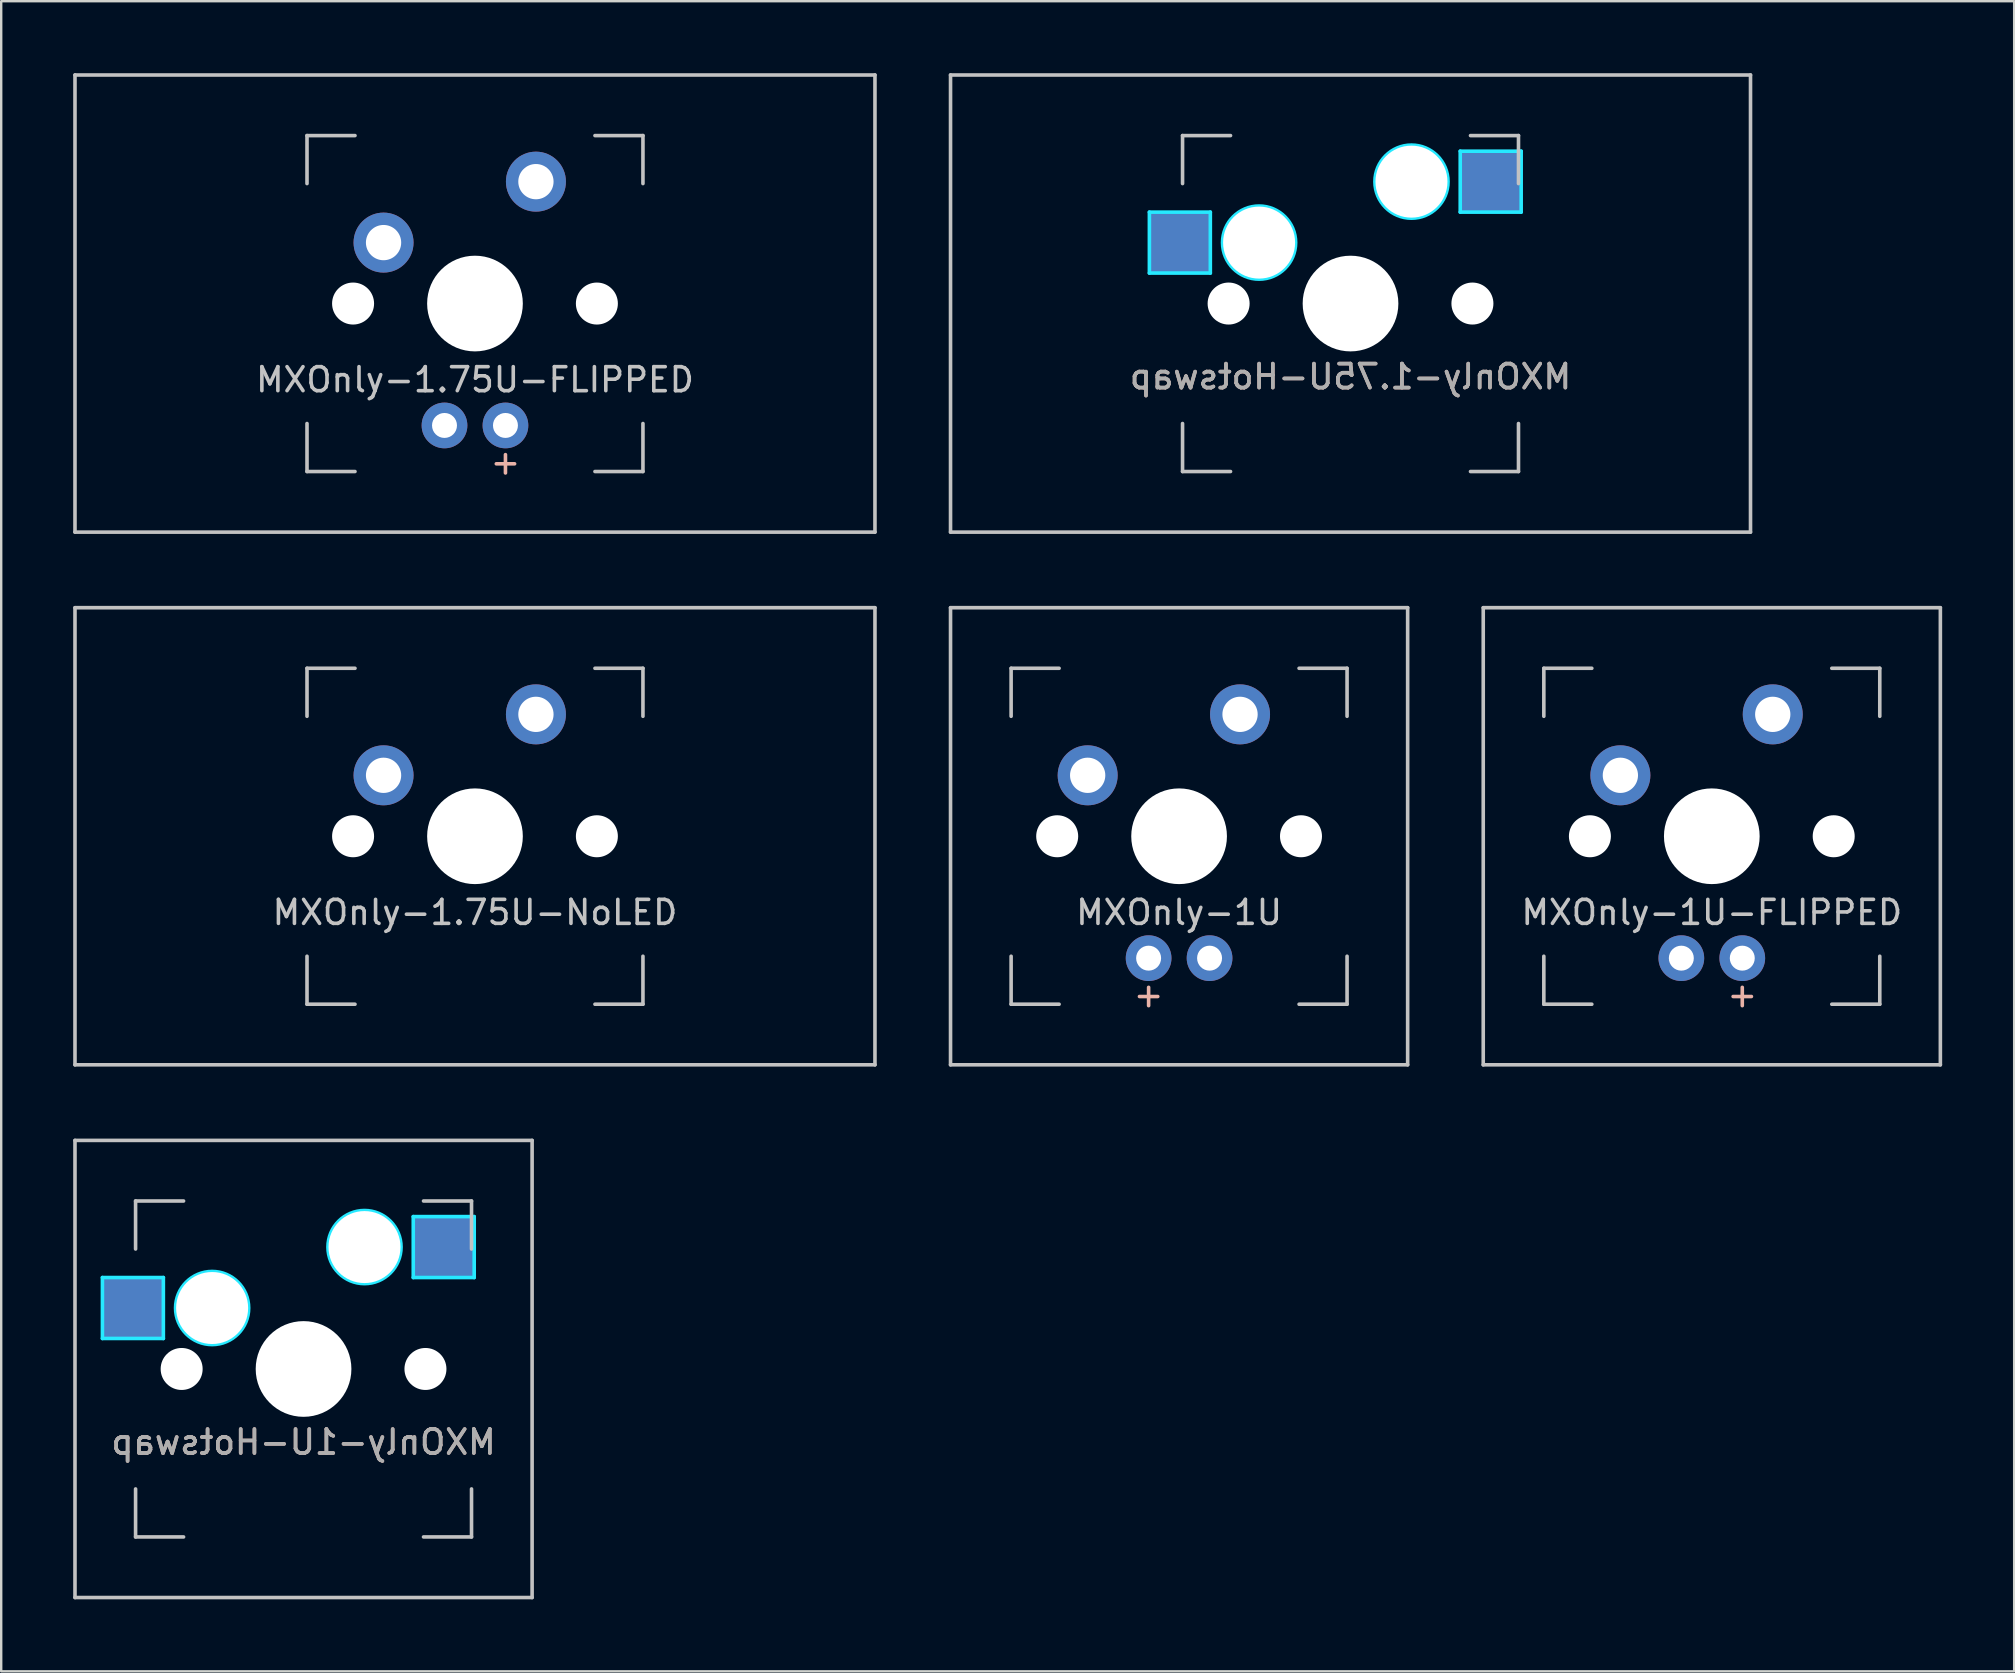
<source format=kicad_pcb>
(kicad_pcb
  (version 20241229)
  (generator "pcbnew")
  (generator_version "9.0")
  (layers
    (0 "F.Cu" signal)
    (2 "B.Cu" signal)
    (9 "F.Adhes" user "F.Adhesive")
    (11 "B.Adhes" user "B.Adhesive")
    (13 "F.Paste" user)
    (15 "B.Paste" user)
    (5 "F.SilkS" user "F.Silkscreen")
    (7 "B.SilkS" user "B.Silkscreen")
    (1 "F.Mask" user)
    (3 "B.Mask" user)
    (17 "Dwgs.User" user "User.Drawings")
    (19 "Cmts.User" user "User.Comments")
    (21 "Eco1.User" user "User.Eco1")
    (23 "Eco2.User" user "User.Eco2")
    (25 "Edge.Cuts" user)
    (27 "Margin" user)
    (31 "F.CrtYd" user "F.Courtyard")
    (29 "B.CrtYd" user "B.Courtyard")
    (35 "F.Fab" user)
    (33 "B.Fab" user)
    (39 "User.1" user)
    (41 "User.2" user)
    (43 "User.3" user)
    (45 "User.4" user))
  (footprint "MXOnly-1U-FLIPPED"
    (layer "F.Cu")
    (at 68.287 31.8)
    (property "Reference" "MXOnly-1U-FLIPPED" (at 0 3.175 0) (layer "Dwgs.User") (effects (font (size 1 1) (thickness 0.15))))
    (attr through_hole)
    (fp_line (start -9.525 -9.525) (end 9.525 -9.525) (stroke (width 0.15) (type solid)) (layer "Dwgs.User"))
    (fp_line (start -9.525 9.525) (end -9.525 -9.525) (stroke (width 0.15) (type solid)) (layer "Dwgs.User"))
    (fp_line (start -7 -7) (end -7 -5) (stroke (width 0.15) (type solid)) (layer "Dwgs.User"))
    (fp_line (start -7 5) (end -7 7) (stroke (width 0.15) (type solid)) (layer "Dwgs.User"))
    (fp_line (start -7 7) (end -5 7) (stroke (width 0.15) (type solid)) (layer "Dwgs.User"))
    (fp_line (start -5 -7) (end -7 -7) (stroke (width 0.15) (type solid)) (layer "Dwgs.User"))
    (fp_line (start 5 -7) (end 7 -7) (stroke (width 0.15) (type solid)) (layer "Dwgs.User"))
    (fp_line (start 5 7) (end 7 7) (stroke (width 0.15) (type solid)) (layer "Dwgs.User"))
    (fp_line (start 7 -7) (end 7 -5) (stroke (width 0.15) (type solid)) (layer "Dwgs.User"))
    (fp_line (start 7 7) (end 7 5) (stroke (width 0.15) (type solid)) (layer "Dwgs.User"))
    (fp_line (start 9.525 -9.525) (end 9.525 9.525) (stroke (width 0.15) (type solid)) (layer "Dwgs.User"))
    (fp_line (start 9.525 9.525) (end -9.525 9.525) (stroke (width 0.15) (type solid)) (layer "Dwgs.User"))
    (fp_text user "+" (at 1.27 6.604 0) (layer "B.SilkS") (effects (font (size 1 1) (thickness 0.15))))
    (pad "" np_thru_hole circle (at -5.08 0 48.1) (size 1.75 1.75) (drill 1.75) (layers "*.Cu" "*.Mask"))
    (pad "" np_thru_hole circle (at 0 0) (size 3.988 3.988) (drill 3.988) (layers "*.Cu" "*.Mask"))
    (pad "" np_thru_hole circle (at 5.08 0 48.1) (size 1.75 1.75) (drill 1.75) (layers "*.Cu" "*.Mask"))
    (pad "1" thru_hole circle (at -3.81 -2.54) (size 2.5 2.5) (drill 1.47) (layers "*.Cu" "*.Mask"))
    (pad "2" thru_hole circle (at 2.54 -5.08) (size 2.5 2.5) (drill 1.47) (layers "*.Cu" "*.Mask"))
    (pad "3" thru_hole circle (at 1.27 5.08) (size 1.905 1.905) (drill 1.04) (layers "*.Cu" "*.Mask"))
    (pad "4" thru_hole circle (at -1.27 5.08) (size 1.905 1.905) (drill 1.04) (layers "*.Cu" "*.Mask")))
  (footprint "MXOnly-1.75U-Hotswap"
    (layer "F.Cu")
    (at 53.231 9.6)
    (property "Reference" "MXOnly-1.75U-Hotswap" (at 0 3.048 0) (layer "F.Fab") (effects (font (size 1 1) (thickness 0.15)) (justify mirror)))
    (attr smd)
    (fp_line (start -16.669 -9.525) (end 16.669 -9.525) (stroke (width 0.15) (type solid)) (layer "Dwgs.User"))
    (fp_line (start -16.669 9.525) (end -16.669 -9.525) (stroke (width 0.15) (type solid)) (layer "Dwgs.User"))
    (fp_line (start -7 -7) (end -7 -5) (stroke (width 0.15) (type solid)) (layer "Dwgs.User"))
    (fp_line (start -7 5) (end -7 7) (stroke (width 0.15) (type solid)) (layer "Dwgs.User"))
    (fp_line (start -7 7) (end -5 7) (stroke (width 0.15) (type solid)) (layer "Dwgs.User"))
    (fp_line (start -5 -7) (end -7 -7) (stroke (width 0.15) (type solid)) (layer "Dwgs.User"))
    (fp_line (start 5 -7) (end 7 -7) (stroke (width 0.15) (type solid)) (layer "Dwgs.User"))
    (fp_line (start 5 7) (end 7 7) (stroke (width 0.15) (type solid)) (layer "Dwgs.User"))
    (fp_line (start 7 -7) (end 7 -5) (stroke (width 0.15) (type solid)) (layer "Dwgs.User"))
    (fp_line (start 7 7) (end 7 5) (stroke (width 0.15) (type solid)) (layer "Dwgs.User"))
    (fp_line (start 16.669 -9.525) (end 16.669 9.525) (stroke (width 0.15) (type solid)) (layer "Dwgs.User"))
    (fp_line (start 16.669 9.525) (end -16.669 9.525) (stroke (width 0.15) (type solid)) (layer "Dwgs.User"))
    (fp_line (start -8.382 -3.81) (end -5.842 -3.81) (stroke (width 0.15) (type solid)) (layer "B.CrtYd"))
    (fp_line (start -8.382 -1.27) (end -8.382 -3.81) (stroke (width 0.15) (type solid)) (layer "B.CrtYd"))
    (fp_line (start -5.842 -3.81) (end -5.842 -1.27) (stroke (width 0.15) (type solid)) (layer "B.CrtYd"))
    (fp_line (start -5.842 -1.27) (end -8.382 -1.27) (stroke (width 0.15) (type solid)) (layer "B.CrtYd"))
    (fp_line (start 4.572 -6.35) (end 7.112 -6.35) (stroke (width 0.15) (type solid)) (layer "B.CrtYd"))
    (fp_line (start 4.572 -3.81) (end 4.572 -6.35) (stroke (width 0.15) (type solid)) (layer "B.CrtYd"))
    (fp_line (start 7.112 -6.35) (end 7.112 -3.81) (stroke (width 0.15) (type solid)) (layer "B.CrtYd"))
    (fp_line (start 7.112 -3.81) (end 4.572 -3.81) (stroke (width 0.15) (type solid)) (layer "B.CrtYd"))
    (fp_circle (center -3.81 -2.54) (end -3.81 -4.064) (stroke (width 0.15) (type solid)) (fill no) (layer "B.CrtYd"))
    (fp_circle (center 2.54 -5.08) (end 2.54 -6.604) (stroke (width 0.15) (type solid)) (fill no) (layer "B.CrtYd"))
    (fp_text user "${REFERENCE}" (at 0 3.048 0) (layer "B.SilkS") (effects (font (size 1 1) (thickness 0.15)) (justify mirror)))
    (pad "" np_thru_hole circle (at -5.08 0 48.1) (size 1.75 1.75) (drill 1.75) (layers "*.Cu" "*.Mask"))
    (pad "" np_thru_hole circle (at -3.81 -2.54) (size 3 3) (drill 3) (layers "*.Cu" "*.Mask"))
    (pad "" np_thru_hole circle (at 0 0) (size 3.988 3.988) (drill 3.988) (layers "*.Cu" "*.Mask"))
    (pad "" np_thru_hole circle (at 2.54 -5.08) (size 3 3) (drill 3) (layers "*.Cu" "*.Mask"))
    (pad "" np_thru_hole circle (at 5.08 0 48.1) (size 1.75 1.75) (drill 1.75) (layers "*.Cu" "*.Mask"))
    (pad "1" smd rect (at -7.085 -2.54) (size 2.55 2.5) (layers "B.Cu" "B.Mask" "B.Paste"))
    (pad "2" smd rect (at 5.842 -5.08) (size 2.55 2.5) (layers "B.Cu" "B.Mask" "B.Paste")))
  (footprint "MXOnly-1.75U-NoLED"
    (layer "F.Cu")
    (at 16.744 31.8)
    (property "Reference" "MXOnly-1.75U-NoLED" (at 0 3.175 0) (layer "Dwgs.User") (effects (font (size 1 1) (thickness 0.15))))
    (attr through_hole)
    (fp_line (start -16.669 -9.525) (end 16.669 -9.525) (stroke (width 0.15) (type solid)) (layer "Dwgs.User"))
    (fp_line (start -16.669 9.525) (end -16.669 -9.525) (stroke (width 0.15) (type solid)) (layer "Dwgs.User"))
    (fp_line (start -16.669 9.525) (end 16.669 9.525) (stroke (width 0.15) (type solid)) (layer "Dwgs.User"))
    (fp_line (start -7 -7) (end -7 -5) (stroke (width 0.15) (type solid)) (layer "Dwgs.User"))
    (fp_line (start -7 5) (end -7 7) (stroke (width 0.15) (type solid)) (layer "Dwgs.User"))
    (fp_line (start -7 7) (end -5 7) (stroke (width 0.15) (type solid)) (layer "Dwgs.User"))
    (fp_line (start -5 -7) (end -7 -7) (stroke (width 0.15) (type solid)) (layer "Dwgs.User"))
    (fp_line (start 5 -7) (end 7 -7) (stroke (width 0.15) (type solid)) (layer "Dwgs.User"))
    (fp_line (start 5 7) (end 7 7) (stroke (width 0.15) (type solid)) (layer "Dwgs.User"))
    (fp_line (start 7 -7) (end 7 -5) (stroke (width 0.15) (type solid)) (layer "Dwgs.User"))
    (fp_line (start 7 7) (end 7 5) (stroke (width 0.15) (type solid)) (layer "Dwgs.User"))
    (fp_line (start 16.669 -9.525) (end 16.669 9.525) (stroke (width 0.15) (type solid)) (layer "Dwgs.User"))
    (pad "" np_thru_hole circle (at -5.08 0 48.1) (size 1.75 1.75) (drill 1.75) (layers "*.Cu" "*.Mask"))
    (pad "" np_thru_hole circle (at 0 0) (size 3.988 3.988) (drill 3.988) (layers "*.Cu" "*.Mask"))
    (pad "" np_thru_hole circle (at 5.08 0 48.1) (size 1.75 1.75) (drill 1.75) (layers "*.Cu" "*.Mask"))
    (pad "1" thru_hole circle (at -3.81 -2.54) (size 2.5 2.5) (drill 1.47) (layers "*.Cu" "*.Mask"))
    (pad "2" thru_hole circle (at 2.54 -5.08) (size 2.5 2.5) (drill 1.47) (layers "*.Cu" "*.Mask")))
  (footprint "MXOnly-1.75U-FLIPPED"
    (layer "F.Cu")
    (at 16.744 9.6)
    (property "Reference" "MXOnly-1.75U-FLIPPED" (at 0 3.175 0) (layer "Dwgs.User") (effects (font (size 1 1) (thickness 0.15))))
    (attr through_hole)
    (fp_line (start -16.669 -9.525) (end 16.669 -9.525) (stroke (width 0.15) (type solid)) (layer "Dwgs.User"))
    (fp_line (start -16.669 9.525) (end -16.669 -9.525) (stroke (width 0.15) (type solid)) (layer "Dwgs.User"))
    (fp_line (start -16.669 9.525) (end 16.669 9.525) (stroke (width 0.15) (type solid)) (layer "Dwgs.User"))
    (fp_line (start -7 -7) (end -7 -5) (stroke (width 0.15) (type solid)) (layer "Dwgs.User"))
    (fp_line (start -7 5) (end -7 7) (stroke (width 0.15) (type solid)) (layer "Dwgs.User"))
    (fp_line (start -7 7) (end -5 7) (stroke (width 0.15) (type solid)) (layer "Dwgs.User"))
    (fp_line (start -5 -7) (end -7 -7) (stroke (width 0.15) (type solid)) (layer "Dwgs.User"))
    (fp_line (start 5 -7) (end 7 -7) (stroke (width 0.15) (type solid)) (layer "Dwgs.User"))
    (fp_line (start 5 7) (end 7 7) (stroke (width 0.15) (type solid)) (layer "Dwgs.User"))
    (fp_line (start 7 -7) (end 7 -5) (stroke (width 0.15) (type solid)) (layer "Dwgs.User"))
    (fp_line (start 7 7) (end 7 5) (stroke (width 0.15) (type solid)) (layer "Dwgs.User"))
    (fp_line (start 16.669 -9.525) (end 16.669 9.525) (stroke (width 0.15) (type solid)) (layer "Dwgs.User"))
    (fp_text user "+" (at 1.27 6.604 0) (layer "B.SilkS") (effects (font (size 1 1) (thickness 0.15))))
    (pad "" np_thru_hole circle (at -5.08 0 48.1) (size 1.75 1.75) (drill 1.75) (layers "*.Cu" "*.Mask"))
    (pad "" np_thru_hole circle (at 0 0) (size 3.988 3.988) (drill 3.988) (layers "*.Cu" "*.Mask"))
    (pad "" np_thru_hole circle (at 5.08 0 48.1) (size 1.75 1.75) (drill 1.75) (layers "*.Cu" "*.Mask"))
    (pad "1" thru_hole circle (at -3.81 -2.54) (size 2.5 2.5) (drill 1.47) (layers "*.Cu" "*.Mask"))
    (pad "2" thru_hole circle (at 2.54 -5.08) (size 2.5 2.5) (drill 1.47) (layers "*.Cu" "*.Mask"))
    (pad "3" thru_hole circle (at 1.27 5.08) (size 1.905 1.905) (drill 1.04) (layers "*.Cu" "*.Mask"))
    (pad "4" thru_hole circle (at -1.27 5.08) (size 1.905 1.905) (drill 1.04) (layers "*.Cu" "*.Mask")))
  (footprint "MXOnly-1U"
    (layer "F.Cu")
    (at 46.087 31.8)
    (property "Reference" "MXOnly-1U" (at 0 3.175 0) (layer "Dwgs.User") (effects (font (size 1 1) (thickness 0.15))))
    (attr through_hole)
    (fp_line (start -9.525 -9.525) (end 9.525 -9.525) (stroke (width 0.15) (type solid)) (layer "Dwgs.User"))
    (fp_line (start -9.525 9.525) (end -9.525 -9.525) (stroke (width 0.15) (type solid)) (layer "Dwgs.User"))
    (fp_line (start -7 -7) (end -7 -5) (stroke (width 0.15) (type solid)) (layer "Dwgs.User"))
    (fp_line (start -7 5) (end -7 7) (stroke (width 0.15) (type solid)) (layer "Dwgs.User"))
    (fp_line (start -7 7) (end -5 7) (stroke (width 0.15) (type solid)) (layer "Dwgs.User"))
    (fp_line (start -5 -7) (end -7 -7) (stroke (width 0.15) (type solid)) (layer "Dwgs.User"))
    (fp_line (start 5 -7) (end 7 -7) (stroke (width 0.15) (type solid)) (layer "Dwgs.User"))
    (fp_line (start 5 7) (end 7 7) (stroke (width 0.15) (type solid)) (layer "Dwgs.User"))
    (fp_line (start 7 -7) (end 7 -5) (stroke (width 0.15) (type solid)) (layer "Dwgs.User"))
    (fp_line (start 7 7) (end 7 5) (stroke (width 0.15) (type solid)) (layer "Dwgs.User"))
    (fp_line (start 9.525 -9.525) (end 9.525 9.525) (stroke (width 0.15) (type solid)) (layer "Dwgs.User"))
    (fp_line (start 9.525 9.525) (end -9.525 9.525) (stroke (width 0.15) (type solid)) (layer "Dwgs.User"))
    (fp_text user "+" (at -1.27 6.604 0) (layer "B.SilkS") (effects (font (size 1 1) (thickness 0.15))))
    (pad "" np_thru_hole circle (at -5.08 0 48.1) (size 1.75 1.75) (drill 1.75) (layers "*.Cu" "*.Mask"))
    (pad "" np_thru_hole circle (at 0 0) (size 3.988 3.988) (drill 3.988) (layers "*.Cu" "*.Mask"))
    (pad "" np_thru_hole circle (at 5.08 0 48.1) (size 1.75 1.75) (drill 1.75) (layers "*.Cu" "*.Mask"))
    (pad "1" thru_hole circle (at -3.81 -2.54) (size 2.5 2.5) (drill 1.47) (layers "*.Cu" "*.Mask"))
    (pad "2" thru_hole circle (at 2.54 -5.08) (size 2.5 2.5) (drill 1.47) (layers "*.Cu" "*.Mask"))
    (pad "3" thru_hole circle (at -1.27 5.08) (size 1.905 1.905) (drill 1.04) (layers "*.Cu" "*.Mask"))
    (pad "4" thru_hole circle (at 1.27 5.08) (size 1.905 1.905) (drill 1.04) (layers "*.Cu" "*.Mask")))
  (footprint "MXOnly-1U-Hotswap"
    (layer "F.Cu")
    (at 9.6 54)
    (property "Reference" "MXOnly-1U-Hotswap" (at 0 3.048 0) (layer "F.Fab") (effects (font (size 1 1) (thickness 0.15)) (justify mirror)))
    (attr smd)
    (fp_line (start -9.525 -9.525) (end 9.525 -9.525) (stroke (width 0.15) (type solid)) (layer "Dwgs.User"))
    (fp_line (start -9.525 9.525) (end -9.525 -9.525) (stroke (width 0.15) (type solid)) (layer "Dwgs.User"))
    (fp_line (start -7 -7) (end -7 -5) (stroke (width 0.15) (type solid)) (layer "Dwgs.User"))
    (fp_line (start -7 5) (end -7 7) (stroke (width 0.15) (type solid)) (layer "Dwgs.User"))
    (fp_line (start -7 7) (end -5 7) (stroke (width 0.15) (type solid)) (layer "Dwgs.User"))
    (fp_line (start -5 -7) (end -7 -7) (stroke (width 0.15) (type solid)) (layer "Dwgs.User"))
    (fp_line (start 5 -7) (end 7 -7) (stroke (width 0.15) (type solid)) (layer "Dwgs.User"))
    (fp_line (start 5 7) (end 7 7) (stroke (width 0.15) (type solid)) (layer "Dwgs.User"))
    (fp_line (start 7 -7) (end 7 -5) (stroke (width 0.15) (type solid)) (layer "Dwgs.User"))
    (fp_line (start 7 7) (end 7 5) (stroke (width 0.15) (type solid)) (layer "Dwgs.User"))
    (fp_line (start 9.525 -9.525) (end 9.525 9.525) (stroke (width 0.15) (type solid)) (layer "Dwgs.User"))
    (fp_line (start 9.525 9.525) (end -9.525 9.525) (stroke (width 0.15) (type solid)) (layer "Dwgs.User"))
    (fp_line (start -8.382 -3.81) (end -8.382 -1.27) (stroke (width 0.15) (type solid)) (layer "B.CrtYd"))
    (fp_line (start -8.382 -1.27) (end -5.842 -1.27) (stroke (width 0.15) (type solid)) (layer "B.CrtYd"))
    (fp_line (start -5.842 -3.81) (end -8.382 -3.81) (stroke (width 0.15) (type solid)) (layer "B.CrtYd"))
    (fp_line (start -5.842 -1.27) (end -5.842 -3.81) (stroke (width 0.15) (type solid)) (layer "B.CrtYd"))
    (fp_line (start 4.572 -6.35) (end 7.112 -6.35) (stroke (width 0.15) (type solid)) (layer "B.CrtYd"))
    (fp_line (start 4.572 -3.81) (end 4.572 -6.35) (stroke (width 0.15) (type solid)) (layer "B.CrtYd"))
    (fp_line (start 7.112 -6.35) (end 7.112 -3.81) (stroke (width 0.15) (type solid)) (layer "B.CrtYd"))
    (fp_line (start 7.112 -3.81) (end 4.572 -3.81) (stroke (width 0.15) (type solid)) (layer "B.CrtYd"))
    (fp_circle (center -3.81 -2.54) (end -3.81 -4.064) (stroke (width 0.15) (type solid)) (fill no) (layer "B.CrtYd"))
    (fp_circle (center 2.54 -5.08) (end 2.54 -6.604) (stroke (width 0.15) (type solid)) (fill no) (layer "B.CrtYd"))
    (fp_text user "${REFERENCE}" (at 0 3.048 0) (layer "B.SilkS") (effects (font (size 1 1) (thickness 0.15)) (justify mirror)))
    (pad "" np_thru_hole circle (at -5.08 0 48.1) (size 1.75 1.75) (drill 1.75) (layers "*.Cu" "*.Mask"))
    (pad "" np_thru_hole circle (at -3.81 -2.54) (size 3 3) (drill 3) (layers "*.Cu" "*.Mask"))
    (pad "" np_thru_hole circle (at 0 0) (size 3.988 3.988) (drill 3.988) (layers "*.Cu" "*.Mask"))
    (pad "" np_thru_hole circle (at 2.54 -5.08) (size 3 3) (drill 3) (layers "*.Cu" "*.Mask"))
    (pad "" np_thru_hole circle (at 5.08 0 48.1) (size 1.75 1.75) (drill 1.75) (layers "*.Cu" "*.Mask"))
    (pad "1" smd rect (at -7.085 -2.54) (size 2.55 2.5) (layers "B.Cu" "B.Mask" "B.Paste"))
    (pad "2" smd rect (at 5.842 -5.08) (size 2.55 2.5) (layers "B.Cu" "B.Mask" "B.Paste")))
  (gr_rect
    (start -3 -3)
    (end 80.888 66.6)
    (stroke (width 0.1) (type default))
    (fill no)
    (layer "Edge.Cuts")))
</source>
